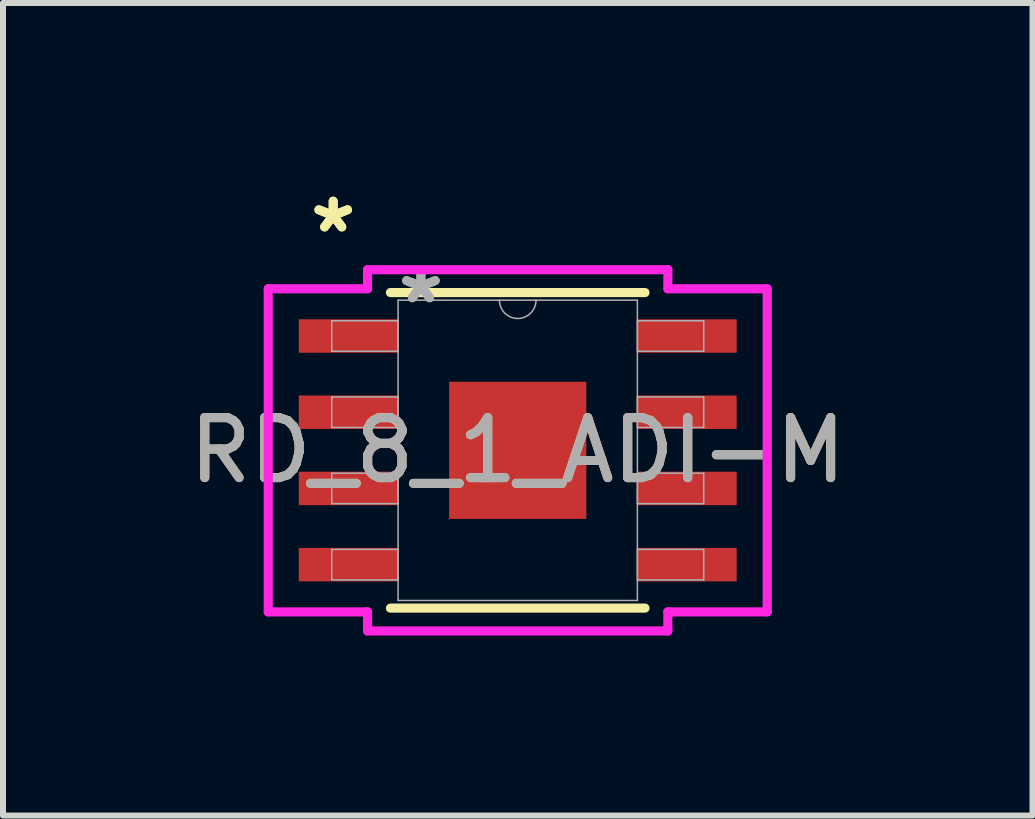
<source format=kicad_pcb>
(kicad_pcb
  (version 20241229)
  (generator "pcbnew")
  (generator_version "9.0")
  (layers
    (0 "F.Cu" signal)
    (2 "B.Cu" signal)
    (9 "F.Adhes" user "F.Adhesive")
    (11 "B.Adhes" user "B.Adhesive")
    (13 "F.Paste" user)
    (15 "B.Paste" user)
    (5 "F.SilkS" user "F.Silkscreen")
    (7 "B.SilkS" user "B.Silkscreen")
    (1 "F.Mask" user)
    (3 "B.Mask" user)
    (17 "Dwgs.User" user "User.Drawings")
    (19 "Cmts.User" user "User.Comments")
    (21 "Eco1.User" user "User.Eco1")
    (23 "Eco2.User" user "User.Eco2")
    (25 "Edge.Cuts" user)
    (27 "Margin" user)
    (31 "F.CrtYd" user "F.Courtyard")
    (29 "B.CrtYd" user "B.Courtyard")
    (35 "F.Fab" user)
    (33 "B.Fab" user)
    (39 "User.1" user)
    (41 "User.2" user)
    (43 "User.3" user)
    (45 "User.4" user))
  (footprint "RD_8_1_ADI-M"
    (layer "F.Cu")
    (at 5.577 4.454)
    (property "Reference" "RD_8_1_ADI-M" (at 0 0 0) (unlocked yes) (layer "F.SilkS") (effects (font (size 1 1) (thickness 0.15))))
    (attr smd)
    (fp_line (start -2.121 2.629) (end 2.121 2.629) (stroke (width 0.152) (type solid)) (layer "F.SilkS"))
    (fp_line (start 2.121 -2.629) (end -2.121 -2.629) (stroke (width 0.152) (type solid)) (layer "F.SilkS"))
    (fp_line (start -4.157 -2.692) (end -2.502 -2.692) (stroke (width 0.152) (type solid)) (layer "F.CrtYd"))
    (fp_line (start -4.157 2.692) (end -4.157 -2.692) (stroke (width 0.152) (type solid)) (layer "F.CrtYd"))
    (fp_line (start -4.157 2.692) (end -2.502 2.692) (stroke (width 0.152) (type solid)) (layer "F.CrtYd"))
    (fp_line (start -2.502 -3.01) (end 2.502 -3.01) (stroke (width 0.152) (type solid)) (layer "F.CrtYd"))
    (fp_line (start -2.502 -2.692) (end -2.502 -3.01) (stroke (width 0.152) (type solid)) (layer "F.CrtYd"))
    (fp_line (start -2.502 3.01) (end -2.502 2.692) (stroke (width 0.152) (type solid)) (layer "F.CrtYd"))
    (fp_line (start 2.502 -3.01) (end 2.502 -2.692) (stroke (width 0.152) (type solid)) (layer "F.CrtYd"))
    (fp_line (start 2.502 2.692) (end 2.502 3.01) (stroke (width 0.152) (type solid)) (layer "F.CrtYd"))
    (fp_line (start 2.502 3.01) (end -2.502 3.01) (stroke (width 0.152) (type solid)) (layer "F.CrtYd"))
    (fp_line (start 4.157 -2.692) (end 2.502 -2.692) (stroke (width 0.152) (type solid)) (layer "F.CrtYd"))
    (fp_line (start 4.157 -2.692) (end 4.157 2.692) (stroke (width 0.152) (type solid)) (layer "F.CrtYd"))
    (fp_line (start 4.157 2.692) (end 2.502 2.692) (stroke (width 0.152) (type solid)) (layer "F.CrtYd"))
    (fp_line (start -3.099 -2.159) (end -3.099 -1.651) (stroke (width 0.025) (type solid)) (layer "F.Fab"))
    (fp_line (start -3.099 -1.651) (end -1.994 -1.651) (stroke (width 0.025) (type solid)) (layer "F.Fab"))
    (fp_line (start -3.099 -0.889) (end -3.099 -0.381) (stroke (width 0.025) (type solid)) (layer "F.Fab"))
    (fp_line (start -3.099 -0.381) (end -1.994 -0.381) (stroke (width 0.025) (type solid)) (layer "F.Fab"))
    (fp_line (start -3.099 0.381) (end -3.099 0.889) (stroke (width 0.025) (type solid)) (layer "F.Fab"))
    (fp_line (start -3.099 0.889) (end -1.994 0.889) (stroke (width 0.025) (type solid)) (layer "F.Fab"))
    (fp_line (start -3.099 1.651) (end -3.099 2.159) (stroke (width 0.025) (type solid)) (layer "F.Fab"))
    (fp_line (start -3.099 2.159) (end -1.994 2.159) (stroke (width 0.025) (type solid)) (layer "F.Fab"))
    (fp_line (start -1.994 -2.502) (end -1.994 2.502) (stroke (width 0.025) (type solid)) (layer "F.Fab"))
    (fp_line (start -1.994 -2.159) (end -3.099 -2.159) (stroke (width 0.025) (type solid)) (layer "F.Fab"))
    (fp_line (start -1.994 -1.651) (end -1.994 -2.159) (stroke (width 0.025) (type solid)) (layer "F.Fab"))
    (fp_line (start -1.994 -0.889) (end -3.099 -0.889) (stroke (width 0.025) (type solid)) (layer "F.Fab"))
    (fp_line (start -1.994 -0.381) (end -1.994 -0.889) (stroke (width 0.025) (type solid)) (layer "F.Fab"))
    (fp_line (start -1.994 0.381) (end -3.099 0.381) (stroke (width 0.025) (type solid)) (layer "F.Fab"))
    (fp_line (start -1.994 0.889) (end -1.994 0.381) (stroke (width 0.025) (type solid)) (layer "F.Fab"))
    (fp_line (start -1.994 1.651) (end -3.099 1.651) (stroke (width 0.025) (type solid)) (layer "F.Fab"))
    (fp_line (start -1.994 2.159) (end -1.994 1.651) (stroke (width 0.025) (type solid)) (layer "F.Fab"))
    (fp_line (start -1.994 2.502) (end 1.994 2.502) (stroke (width 0.025) (type solid)) (layer "F.Fab"))
    (fp_line (start 1.994 -2.502) (end -1.994 -2.502) (stroke (width 0.025) (type solid)) (layer "F.Fab"))
    (fp_line (start 1.994 -2.159) (end 1.994 -1.651) (stroke (width 0.025) (type solid)) (layer "F.Fab"))
    (fp_line (start 1.994 -1.651) (end 3.099 -1.651) (stroke (width 0.025) (type solid)) (layer "F.Fab"))
    (fp_line (start 1.994 -0.889) (end 1.994 -0.381) (stroke (width 0.025) (type solid)) (layer "F.Fab"))
    (fp_line (start 1.994 -0.381) (end 3.099 -0.381) (stroke (width 0.025) (type solid)) (layer "F.Fab"))
    (fp_line (start 1.994 0.381) (end 1.994 0.889) (stroke (width 0.025) (type solid)) (layer "F.Fab"))
    (fp_line (start 1.994 0.889) (end 3.099 0.889) (stroke (width 0.025) (type solid)) (layer "F.Fab"))
    (fp_line (start 1.994 1.651) (end 1.994 2.159) (stroke (width 0.025) (type solid)) (layer "F.Fab"))
    (fp_line (start 1.994 2.159) (end 3.099 2.159) (stroke (width 0.025) (type solid)) (layer "F.Fab"))
    (fp_line (start 1.994 2.502) (end 1.994 -2.502) (stroke (width 0.025) (type solid)) (layer "F.Fab"))
    (fp_line (start 3.099 -2.159) (end 1.994 -2.159) (stroke (width 0.025) (type solid)) (layer "F.Fab"))
    (fp_line (start 3.099 -1.651) (end 3.099 -2.159) (stroke (width 0.025) (type solid)) (layer "F.Fab"))
    (fp_line (start 3.099 -0.889) (end 1.994 -0.889) (stroke (width 0.025) (type solid)) (layer "F.Fab"))
    (fp_line (start 3.099 -0.381) (end 3.099 -0.889) (stroke (width 0.025) (type solid)) (layer "F.Fab"))
    (fp_line (start 3.099 0.381) (end 1.994 0.381) (stroke (width 0.025) (type solid)) (layer "F.Fab"))
    (fp_line (start 3.099 0.889) (end 3.099 0.381) (stroke (width 0.025) (type solid)) (layer "F.Fab"))
    (fp_line (start 3.099 1.651) (end 1.994 1.651) (stroke (width 0.025) (type solid)) (layer "F.Fab"))
    (fp_line (start 3.099 2.159) (end 3.099 1.651) (stroke (width 0.025) (type solid)) (layer "F.Fab"))
    (fp_arc (start 0.3048 -2.5019) (mid 0 -2.1971) (end -0.3048 -2.5019) (stroke (width 0.0254) (type solid)) (layer "F.Fab"))
    (fp_text user "*" (at -3.075 -3.606 0) (unlocked yes) (layer "F.SilkS") (effects (font (size 1 1) (thickness 0.15))))
    (fp_text user "*" (at -3.075 -3.606 0) (layer "F.SilkS") (effects (font (size 1 1) (thickness 0.15))))
    (fp_text user "*" (at -1.613 -2.426 0) (unlocked yes) (layer "F.Fab") (effects (font (size 1 1) (thickness 0.15))))
    (fp_text user "${REFERENCE}" (at 0 0 0) (unlocked yes) (layer "F.Fab") (effects (font (size 1 1) (thickness 0.15))))
    (fp_text user "*" (at -1.613 -2.426 0) (layer "F.Fab") (effects (font (size 1 1) (thickness 0.15))))
    (pad "1" smd rect (at -2.821 -1.905) (size 1.655 0.558) (layers "F.Cu" "F.Mask" "F.Paste"))
    (pad "2" smd rect (at -2.821 -0.635) (size 1.655 0.558) (layers "F.Cu" "F.Mask" "F.Paste"))
    (pad "3" smd rect (at -2.821 0.635) (size 1.655 0.558) (layers "F.Cu" "F.Mask" "F.Paste"))
    (pad "4" smd rect (at -2.821 1.905) (size 1.655 0.558) (layers "F.Cu" "F.Mask" "F.Paste"))
    (pad "5" smd rect (at 2.821 1.905) (size 1.655 0.558) (layers "F.Cu" "F.Mask" "F.Paste"))
    (pad "6" smd rect (at 2.821 0.635) (size 1.655 0.558) (layers "F.Cu" "F.Mask" "F.Paste"))
    (pad "7" smd rect (at 2.821 -0.635) (size 1.655 0.558) (layers "F.Cu" "F.Mask" "F.Paste"))
    (pad "8" smd rect (at 2.821 -1.905) (size 1.655 0.558) (layers "F.Cu" "F.Mask" "F.Paste"))
    (pad "EPAD" smd rect (at 0 0) (size 2.286 2.286) (layers "F.Cu" "F.Mask" "F.Paste")))
  (gr_rect
    (start -3 -3)
    (end 14.155 10.54)
    (stroke (width 0.1) (type default))
    (fill no)
    (layer "Edge.Cuts")))
</source>
